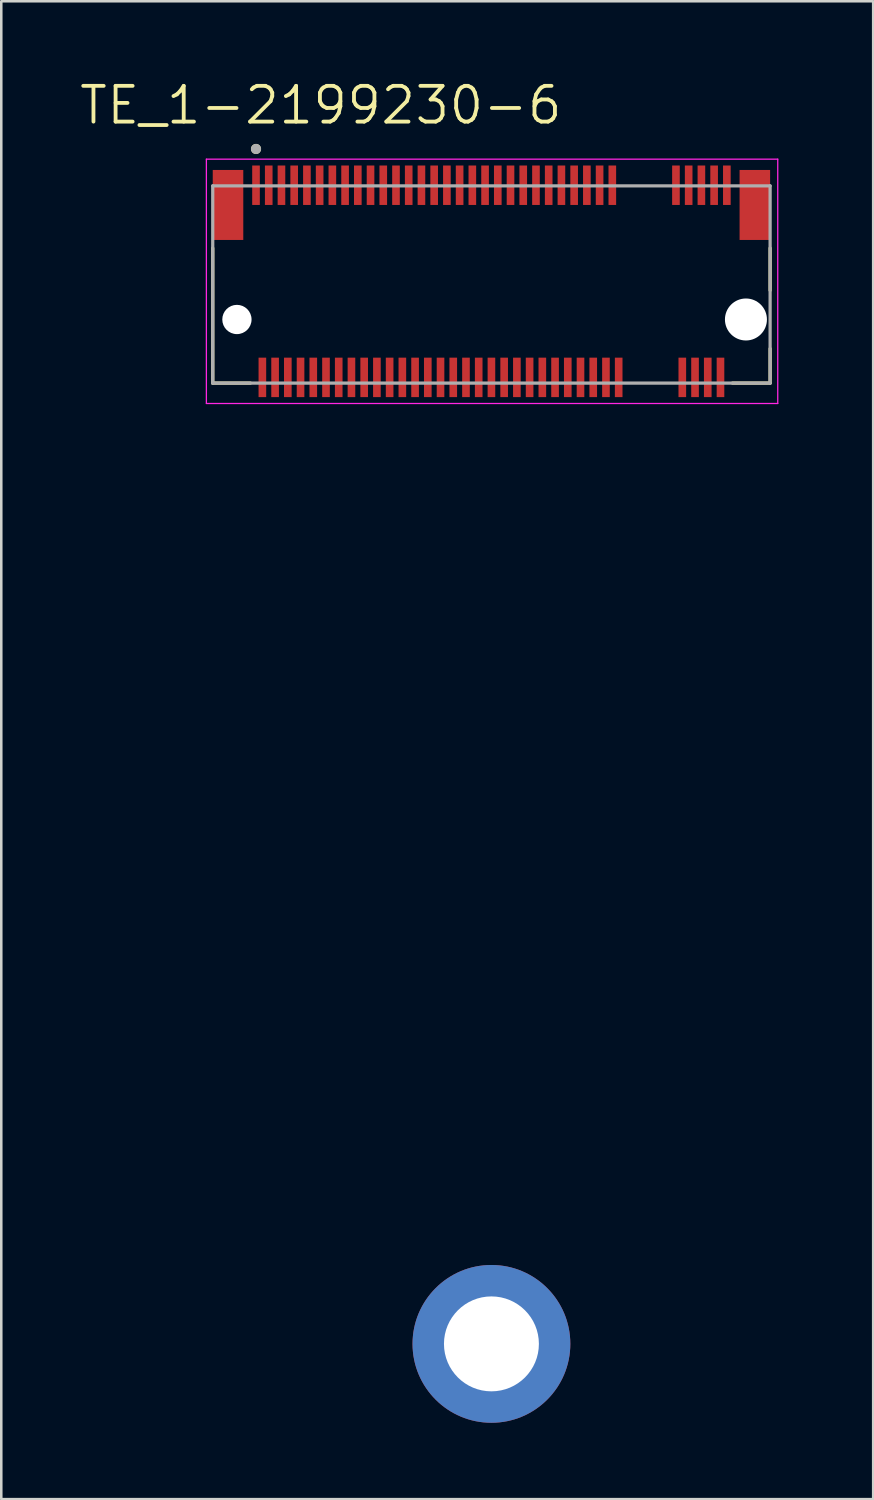
<source format=kicad_pcb>
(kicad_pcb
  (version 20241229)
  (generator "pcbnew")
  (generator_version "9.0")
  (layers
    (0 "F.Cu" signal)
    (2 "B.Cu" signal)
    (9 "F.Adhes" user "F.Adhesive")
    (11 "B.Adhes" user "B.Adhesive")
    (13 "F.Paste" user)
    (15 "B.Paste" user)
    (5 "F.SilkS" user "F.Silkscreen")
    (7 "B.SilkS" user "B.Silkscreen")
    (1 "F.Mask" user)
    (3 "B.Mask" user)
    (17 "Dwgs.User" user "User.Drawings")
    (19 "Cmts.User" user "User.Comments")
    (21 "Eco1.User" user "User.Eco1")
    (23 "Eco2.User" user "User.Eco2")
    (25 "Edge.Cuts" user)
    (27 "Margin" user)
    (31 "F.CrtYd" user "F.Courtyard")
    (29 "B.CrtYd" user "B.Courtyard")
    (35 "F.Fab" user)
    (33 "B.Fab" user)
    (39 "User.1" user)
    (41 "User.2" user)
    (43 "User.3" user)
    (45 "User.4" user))
  (footprint "TE_1-2199230-6"
    (layer "F.Cu")
    (at 16.259 7.753)
    (property "Reference" "TE_1-2199230-6" (at -6.705 -6.667 0) (layer "F.SilkS") (effects (font (size 1.405 1.405) (thickness 0.15))))
    (attr smd)
    (fp_line (start -10.95 4.25) (end -10.95 -1.055) (stroke (width 0.127) (type solid)) (layer "F.SilkS"))
    (fp_line (start -9.47 4.25) (end -10.95 4.25) (stroke (width 0.127) (type solid)) (layer "F.SilkS"))
    (fp_line (start 10.95 -1.055) (end 10.95 0.605) (stroke (width 0.127) (type solid)) (layer "F.SilkS"))
    (fp_line (start 10.95 4.25) (end 9.47 4.25) (stroke (width 0.127) (type solid)) (layer "F.SilkS"))
    (fp_line (start 10.95 4.25) (end 10.95 2.895) (stroke (width 0.127) (type solid)) (layer "F.SilkS"))
    (fp_circle (center -9.25 -4.95) (end -9.15 -4.95) (stroke (width 0.2) (type solid)) (fill no) (layer "F.SilkS"))
    (fp_line (start -11.2 -4.55) (end -11.2 5.05) (stroke (width 0.05) (type solid)) (layer "F.CrtYd"))
    (fp_line (start -11.2 5.05) (end 11.25 5.05) (stroke (width 0.05) (type solid)) (layer "F.CrtYd"))
    (fp_line (start 11.25 -4.55) (end -11.2 -4.55) (stroke (width 0.05) (type solid)) (layer "F.CrtYd"))
    (fp_line (start 11.25 5.05) (end 11.25 -4.55) (stroke (width 0.05) (type solid)) (layer "F.CrtYd"))
    (fp_line (start -10.95 -3.5) (end 10.95 -3.5) (stroke (width 0.127) (type solid)) (layer "F.Fab"))
    (fp_line (start -10.95 4.25) (end -10.95 -3.5) (stroke (width 0.127) (type solid)) (layer "F.Fab"))
    (fp_line (start 10.95 -3.5) (end 10.95 4.25) (stroke (width 0.127) (type solid)) (layer "F.Fab"))
    (fp_line (start 10.95 4.25) (end -10.95 4.25) (stroke (width 0.127) (type solid)) (layer "F.Fab"))
    (fp_circle (center -9.25 -4.95) (end -9.15 -4.95) (stroke (width 0.2) (type solid)) (fill no) (layer "F.Fab"))
    (pad "" np_thru_hole circle (at -10 1.75) (size 1.15 1.15) (drill 1.15) (layers "*.Cu" "*.Mask"))
    (pad "" np_thru_hole circle (at 10 1.75) (size 1.65 1.65) (drill 1.65) (layers "*.Cu" "*.Mask"))
    (pad "1" smd rect (at -9.25 -3.525) (size 0.3 1.55) (layers "F.Cu" "F.Mask" "F.Paste"))
    (pad "2" smd rect (at -9 4.025) (size 0.3 1.55) (layers "F.Cu" "F.Mask" "F.Paste"))
    (pad "3" smd rect (at -8.75 -3.525) (size 0.3 1.55) (layers "F.Cu" "F.Mask" "F.Paste"))
    (pad "4" smd rect (at -8.5 4.025) (size 0.3 1.55) (layers "F.Cu" "F.Mask" "F.Paste"))
    (pad "5" smd rect (at -8.25 -3.525) (size 0.3 1.55) (layers "F.Cu" "F.Mask" "F.Paste"))
    (pad "6" smd rect (at -8 4.025) (size 0.3 1.55) (layers "F.Cu" "F.Mask" "F.Paste"))
    (pad "7" smd rect (at -7.75 -3.525) (size 0.3 1.55) (layers "F.Cu" "F.Mask" "F.Paste"))
    (pad "8" smd rect (at -7.5 4.025) (size 0.3 1.55) (layers "F.Cu" "F.Mask" "F.Paste"))
    (pad "9" smd rect (at -7.25 -3.525) (size 0.3 1.55) (layers "F.Cu" "F.Mask" "F.Paste"))
    (pad "10" smd rect (at -7 4.025) (size 0.3 1.55) (layers "F.Cu" "F.Mask" "F.Paste"))
    (pad "11" smd rect (at -6.75 -3.525) (size 0.3 1.55) (layers "F.Cu" "F.Mask" "F.Paste"))
    (pad "12" smd rect (at -6.5 4.025) (size 0.3 1.55) (layers "F.Cu" "F.Mask" "F.Paste"))
    (pad "13" smd rect (at -6.25 -3.525) (size 0.3 1.55) (layers "F.Cu" "F.Mask" "F.Paste"))
    (pad "14" smd rect (at -6 4.025) (size 0.3 1.55) (layers "F.Cu" "F.Mask" "F.Paste"))
    (pad "15" smd rect (at -5.75 -3.525) (size 0.3 1.55) (layers "F.Cu" "F.Mask" "F.Paste"))
    (pad "16" smd rect (at -5.5 4.025) (size 0.3 1.55) (layers "F.Cu" "F.Mask" "F.Paste"))
    (pad "17" smd rect (at -5.25 -3.525) (size 0.3 1.55) (layers "F.Cu" "F.Mask" "F.Paste"))
    (pad "18" smd rect (at -5 4.025) (size 0.3 1.55) (layers "F.Cu" "F.Mask" "F.Paste"))
    (pad "19" smd rect (at -4.75 -3.525) (size 0.3 1.55) (layers "F.Cu" "F.Mask" "F.Paste"))
    (pad "20" smd rect (at -4.5 4.025) (size 0.3 1.55) (layers "F.Cu" "F.Mask" "F.Paste"))
    (pad "21" smd rect (at -4.25 -3.525) (size 0.3 1.55) (layers "F.Cu" "F.Mask" "F.Paste"))
    (pad "22" smd rect (at -4 4.025) (size 0.3 1.55) (layers "F.Cu" "F.Mask" "F.Paste"))
    (pad "23" smd rect (at -3.75 -3.525) (size 0.3 1.55) (layers "F.Cu" "F.Mask" "F.Paste"))
    (pad "24" smd rect (at -3.5 4.025) (size 0.3 1.55) (layers "F.Cu" "F.Mask" "F.Paste"))
    (pad "25" smd rect (at -3.25 -3.525) (size 0.3 1.55) (layers "F.Cu" "F.Mask" "F.Paste"))
    (pad "26" smd rect (at -3 4.025) (size 0.3 1.55) (layers "F.Cu" "F.Mask" "F.Paste"))
    (pad "27" smd rect (at -2.75 -3.525) (size 0.3 1.55) (layers "F.Cu" "F.Mask" "F.Paste"))
    (pad "28" smd rect (at -2.5 4.025) (size 0.3 1.55) (layers "F.Cu" "F.Mask" "F.Paste"))
    (pad "29" smd rect (at -2.25 -3.525) (size 0.3 1.55) (layers "F.Cu" "F.Mask" "F.Paste"))
    (pad "30" smd rect (at -2 4.025) (size 0.3 1.55) (layers "F.Cu" "F.Mask" "F.Paste"))
    (pad "31" smd rect (at -1.75 -3.525) (size 0.3 1.55) (layers "F.Cu" "F.Mask" "F.Paste"))
    (pad "32" smd rect (at -1.5 4.025) (size 0.3 1.55) (layers "F.Cu" "F.Mask" "F.Paste"))
    (pad "33" smd rect (at -1.25 -3.525) (size 0.3 1.55) (layers "F.Cu" "F.Mask" "F.Paste"))
    (pad "34" smd rect (at -1 4.025) (size 0.3 1.55) (layers "F.Cu" "F.Mask" "F.Paste"))
    (pad "35" smd rect (at -0.75 -3.525) (size 0.3 1.55) (layers "F.Cu" "F.Mask" "F.Paste"))
    (pad "36" smd rect (at -0.5 4.025) (size 0.3 1.55) (layers "F.Cu" "F.Mask" "F.Paste"))
    (pad "37" smd rect (at -0.25 -3.525) (size 0.3 1.55) (layers "F.Cu" "F.Mask" "F.Paste"))
    (pad "38" smd rect (at 0 4.025) (size 0.3 1.55) (layers "F.Cu" "F.Mask" "F.Paste"))
    (pad "39" smd rect (at 0.25 -3.525) (size 0.3 1.55) (layers "F.Cu" "F.Mask" "F.Paste"))
    (pad "40" smd rect (at 0.5 4.025) (size 0.3 1.55) (layers "F.Cu" "F.Mask" "F.Paste"))
    (pad "41" smd rect (at 0.75 -3.525) (size 0.3 1.55) (layers "F.Cu" "F.Mask" "F.Paste"))
    (pad "42" smd rect (at 1 4.025) (size 0.3 1.55) (layers "F.Cu" "F.Mask" "F.Paste"))
    (pad "43" smd rect (at 1.25 -3.525) (size 0.3 1.55) (layers "F.Cu" "F.Mask" "F.Paste"))
    (pad "44" smd rect (at 1.5 4.025) (size 0.3 1.55) (layers "F.Cu" "F.Mask" "F.Paste"))
    (pad "45" smd rect (at 1.75 -3.525) (size 0.3 1.55) (layers "F.Cu" "F.Mask" "F.Paste"))
    (pad "46" smd rect (at 2 4.025) (size 0.3 1.55) (layers "F.Cu" "F.Mask" "F.Paste"))
    (pad "47" smd rect (at 2.25 -3.525) (size 0.3 1.55) (layers "F.Cu" "F.Mask" "F.Paste"))
    (pad "48" smd rect (at 2.5 4.025) (size 0.3 1.55) (layers "F.Cu" "F.Mask" "F.Paste"))
    (pad "49" smd rect (at 2.75 -3.525) (size 0.3 1.55) (layers "F.Cu" "F.Mask" "F.Paste"))
    (pad "50" smd rect (at 3 4.025) (size 0.3 1.55) (layers "F.Cu" "F.Mask" "F.Paste"))
    (pad "51" smd rect (at 3.25 -3.525) (size 0.3 1.55) (layers "F.Cu" "F.Mask" "F.Paste"))
    (pad "52" smd rect (at 3.5 4.025) (size 0.3 1.55) (layers "F.Cu" "F.Mask" "F.Paste"))
    (pad "53" smd rect (at 3.75 -3.525) (size 0.3 1.55) (layers "F.Cu" "F.Mask" "F.Paste"))
    (pad "54" smd rect (at 4 4.025) (size 0.3 1.55) (layers "F.Cu" "F.Mask" "F.Paste"))
    (pad "55" smd rect (at 4.25 -3.525) (size 0.3 1.55) (layers "F.Cu" "F.Mask" "F.Paste"))
    (pad "56" smd rect (at 4.5 4.025) (size 0.3 1.55) (layers "F.Cu" "F.Mask" "F.Paste"))
    (pad "57" smd rect (at 4.75 -3.525) (size 0.3 1.55) (layers "F.Cu" "F.Mask" "F.Paste"))
    (pad "58" smd rect (at 5 4.025) (size 0.3 1.55) (layers "F.Cu" "F.Mask" "F.Paste"))
    (pad "67" smd rect (at 7.25 -3.525) (size 0.3 1.55) (layers "F.Cu" "F.Mask" "F.Paste"))
    (pad "68" smd rect (at 7.5 4.025) (size 0.3 1.55) (layers "F.Cu" "F.Mask" "F.Paste"))
    (pad "69" smd rect (at 7.75 -3.525) (size 0.3 1.55) (layers "F.Cu" "F.Mask" "F.Paste"))
    (pad "70" smd rect (at 8 4.025) (size 0.3 1.55) (layers "F.Cu" "F.Mask" "F.Paste"))
    (pad "71" smd rect (at 8.25 -3.525) (size 0.3 1.55) (layers "F.Cu" "F.Mask" "F.Paste"))
    (pad "72" smd rect (at 8.5 4.025) (size 0.3 1.55) (layers "F.Cu" "F.Mask" "F.Paste"))
    (pad "73" smd rect (at 8.75 -3.525) (size 0.3 1.55) (layers "F.Cu" "F.Mask" "F.Paste"))
    (pad "74" smd rect (at 9 4.025) (size 0.3 1.55) (layers "F.Cu" "F.Mask" "F.Paste"))
    (pad "75" smd rect (at 9.25 -3.525) (size 0.3 1.55) (layers "F.Cu" "F.Mask" "F.Paste"))
    (pad "GND" thru_hole circle (at 0 42) (size 6.2 6.2) (drill 3.73) (layers "*.Cu" "*.Mask"))
    (pad "S1" smd rect (at -10.35 -2.75) (size 1.2 2.75) (layers "F.Cu" "F.Mask" "F.Paste"))
    (pad "S2" smd rect (at 10.35 -2.75) (size 1.2 2.75) (layers "F.Cu" "F.Mask" "F.Paste"))
    (zone (net_name "") (layers "F.Cu" "B.Cu") (hatch edge 0.5) (connect_pads) (min_thickness 0.25) (filled_areas_thickness no) (keepout (tracks allowed) (vias allowed) (pads allowed) (copperpour allowed) (footprints not_allowed)) (placement (enabled no)) (fill) (polygon (pts (xy 4.259 11.953) (xy 4.259 49.753) (xy 28.259 49.953) (xy 28.259 11.953)))))
  (gr_rect
    (start -3 -3)
    (end 31.259 55.853)
    (stroke (width 0.1) (type default))
    (fill no)
    (layer "Edge.Cuts")))
</source>
